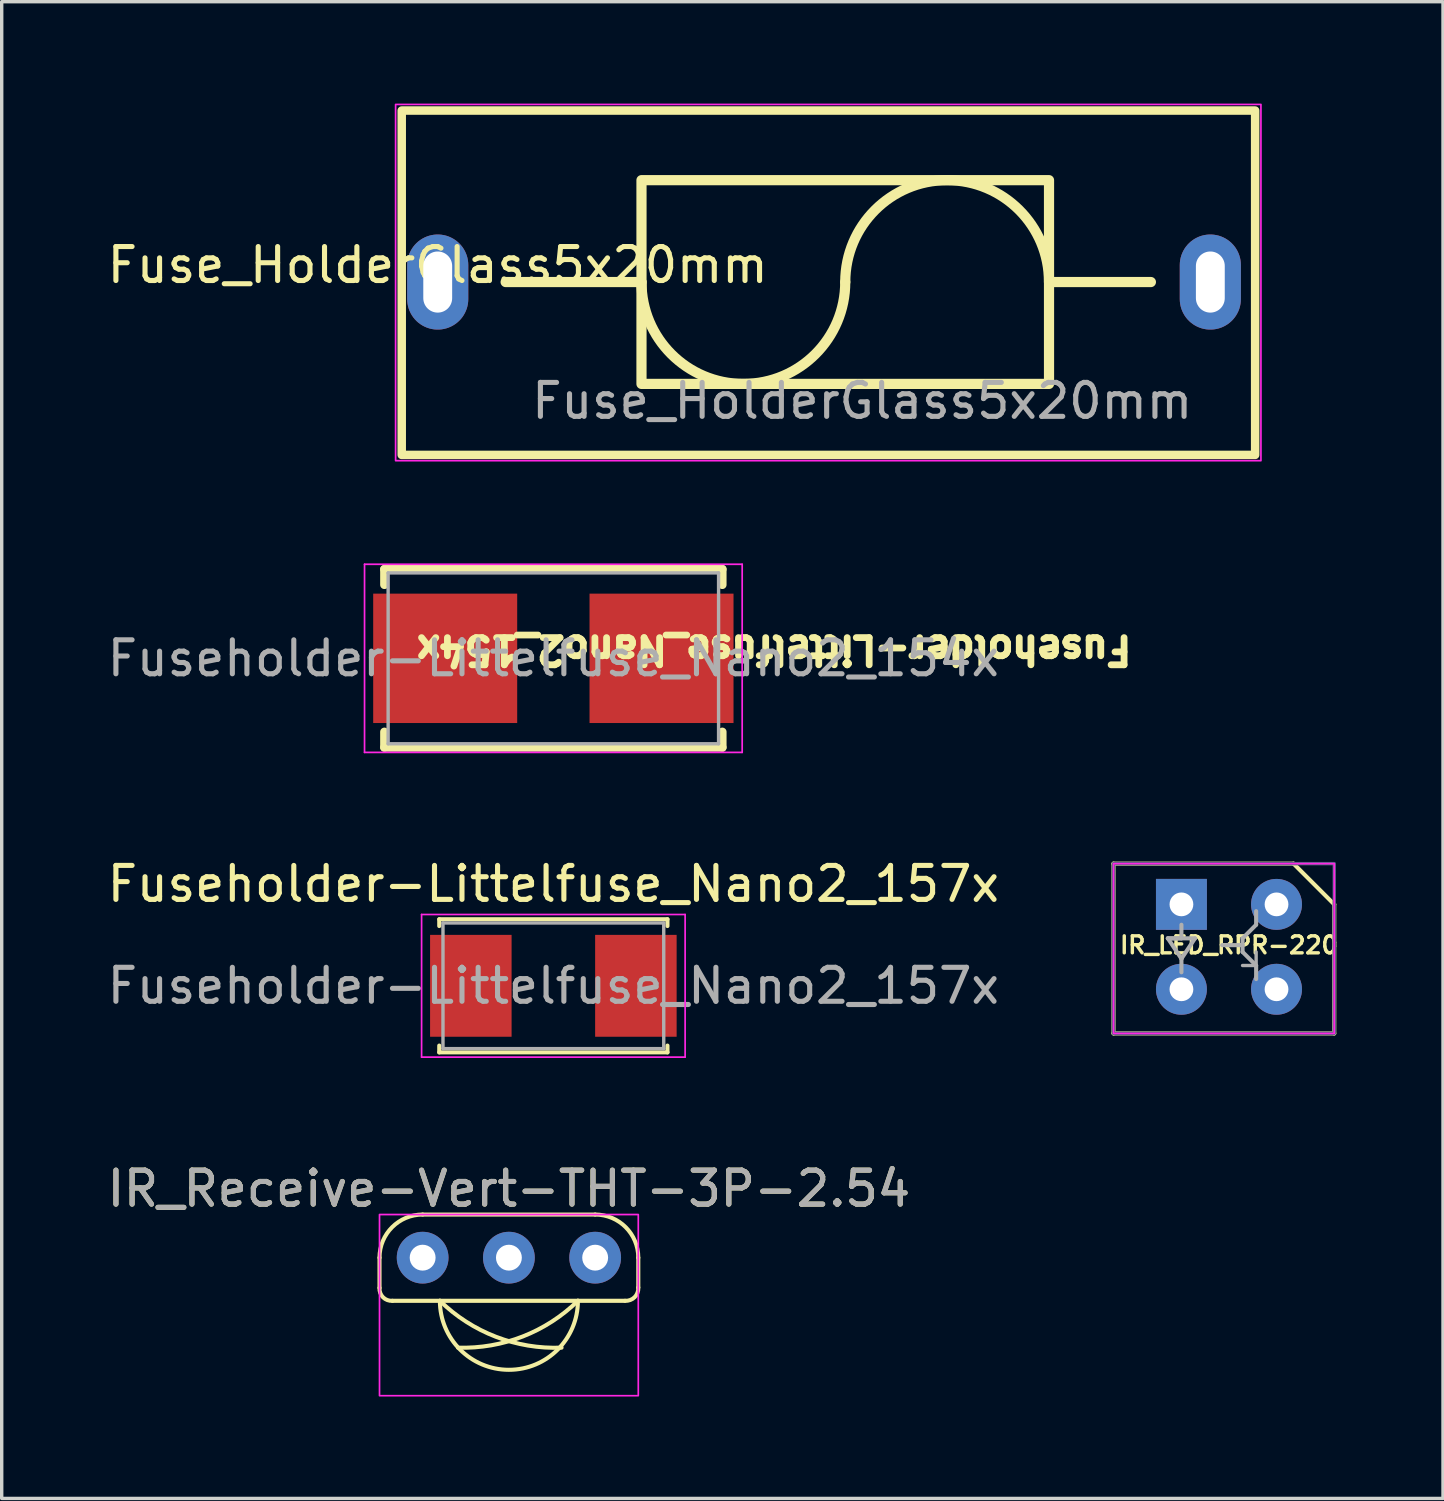
<source format=kicad_pcb>
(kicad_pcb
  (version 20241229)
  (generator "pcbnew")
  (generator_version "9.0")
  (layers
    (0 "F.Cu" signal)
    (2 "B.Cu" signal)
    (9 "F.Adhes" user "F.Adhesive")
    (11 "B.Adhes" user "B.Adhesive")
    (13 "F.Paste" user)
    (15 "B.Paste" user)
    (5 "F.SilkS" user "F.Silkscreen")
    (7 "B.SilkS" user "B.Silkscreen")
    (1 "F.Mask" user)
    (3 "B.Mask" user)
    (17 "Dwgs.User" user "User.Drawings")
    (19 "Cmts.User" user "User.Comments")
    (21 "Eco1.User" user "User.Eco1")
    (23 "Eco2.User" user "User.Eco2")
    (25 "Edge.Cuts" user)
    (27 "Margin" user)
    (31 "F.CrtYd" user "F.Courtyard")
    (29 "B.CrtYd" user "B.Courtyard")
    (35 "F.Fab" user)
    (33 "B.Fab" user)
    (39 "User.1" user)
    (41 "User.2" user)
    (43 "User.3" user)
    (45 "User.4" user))
  (footprint "Fuseholder-Littelfuse_Nano2_154x"
    (layer "F.Cu")
    (at 13.244 16.335)
    (property "Reference" "Fuseholder-Littelfuse_Nano2_154x" (at 6.5 -0.25 180) (unlocked yes) (layer "F.SilkS") (effects (font (size 0.8 0.8) (thickness 0.3))))
    (attr smd)
    (fp_line (start -4.975 -2.625) (end -4.975 -2.165) (stroke (width 0.25) (type solid)) (layer "F.SilkS"))
    (fp_line (start -4.975 -2.625) (end 4.975 -2.625) (stroke (width 0.25) (type solid)) (layer "F.SilkS"))
    (fp_line (start -4.975 2.165) (end -4.975 2.625) (stroke (width 0.25) (type solid)) (layer "F.SilkS"))
    (fp_line (start -4.975 2.625) (end 4.975 2.625) (stroke (width 0.25) (type solid)) (layer "F.SilkS"))
    (fp_line (start 4.975 -2.625) (end 4.975 -2.165) (stroke (width 0.25) (type solid)) (layer "F.SilkS"))
    (fp_line (start 4.975 2.625) (end 4.975 2.165) (stroke (width 0.25) (type solid)) (layer "F.SilkS"))
    (fp_line (start -5.56 -2.77) (end -5.56 2.77) (stroke (width 0.05) (type solid)) (layer "F.CrtYd"))
    (fp_line (start -5.56 -2.77) (end 5.56 -2.77) (stroke (width 0.05) (type solid)) (layer "F.CrtYd"))
    (fp_line (start -5.56 2.77) (end 5.56 2.77) (stroke (width 0.05) (type solid)) (layer "F.CrtYd"))
    (fp_line (start 5.56 -2.77) (end 5.56 2.77) (stroke (width 0.05) (type solid)) (layer "F.CrtYd"))
    (fp_line (start -4.865 -2.515) (end -4.865 2.515) (stroke (width 0.1) (type solid)) (layer "F.Fab"))
    (fp_line (start -4.865 -2.515) (end 4.865 -2.515) (stroke (width 0.1) (type solid)) (layer "F.Fab"))
    (fp_line (start -4.865 2.515) (end 4.865 2.515) (stroke (width 0.1) (type solid)) (layer "F.Fab"))
    (fp_line (start 4.865 2.515) (end 4.865 -2.515) (stroke (width 0.1) (type solid)) (layer "F.Fab"))
    (fp_text user "${REFERENCE}" (at 0 0 180) (layer "F.Fab") (effects (font (size 1 1) (thickness 0.15))))
    (pad "1" smd rect (at -3.185 0) (size 4.24 3.81) (layers "F.Cu" "F.Mask" "F.Paste"))
    (pad "2" smd rect (at 3.185 0) (size 4.24 3.81) (layers "F.Cu" "F.Mask" "F.Paste")))
  (footprint "IR_LED_RPR-220"
    (layer "F.Cu")
    (at 29.738 22.38)
    (property "Reference" "IR_LED_RPR-220" (at 3.4 2.4 0) (layer "F.SilkS") (effects (font (size 0.5 0.5) (thickness 0.1))))
    (attr through_hole)
    (fp_line (start 0 0) (end 0 5) (stroke (width 0.12) (type solid)) (layer "F.SilkS"))
    (fp_line (start 0 5) (end 6.5 5) (stroke (width 0.12) (type solid)) (layer "F.SilkS"))
    (fp_line (start 5.3 0) (end 0 0) (stroke (width 0.12) (type solid)) (layer "F.SilkS"))
    (fp_line (start 6.5 1.2) (end 5.3 0) (stroke (width 0.12) (type solid)) (layer "F.SilkS"))
    (fp_line (start 6.5 5) (end 6.5 1.2) (stroke (width 0.12) (type solid)) (layer "F.SilkS"))
    (fp_rect (start 0 0) (end 6.5 5) (stroke (width 0.05) (type solid)) (fill no) (layer "F.CrtYd"))
    (fp_rect (start 0 0) (end 6.5 5) (stroke (width 0.1) (type solid)) (fill no) (layer "B.Fab"))
    (fp_line (start 1.6 2.2) (end 2.4 2.2) (stroke (width 0.12) (type solid)) (layer "F.Fab"))
    (fp_line (start 2 1.8) (end 2 2.2) (stroke (width 0.12) (type solid)) (layer "F.Fab"))
    (fp_line (start 2 2.2) (end 1.6 2.2) (stroke (width 0.12) (type solid)) (layer "F.Fab"))
    (fp_line (start 2 2.8) (end 1.6 2.2) (stroke (width 0.12) (type solid)) (layer "F.Fab"))
    (fp_line (start 2 2.8) (end 2 3.2) (stroke (width 0.12) (type solid)) (layer "F.Fab"))
    (fp_line (start 2.4 2.2) (end 2 2.8) (stroke (width 0.12) (type solid)) (layer "F.Fab"))
    (fp_line (start 3.8 2.2) (end 3.8 2.6) (stroke (width 0.12) (type solid)) (layer "F.Fab"))
    (fp_line (start 3.8 2.4) (end 3.2 2.4) (stroke (width 0.12) (type solid)) (layer "F.Fab"))
    (fp_line (start 3.8 2.6) (end 4.2 3) (stroke (width 0.12) (type solid)) (layer "F.Fab"))
    (fp_line (start 4.2 1.8) (end 3.8 2.2) (stroke (width 0.12) (type solid)) (layer "F.Fab"))
    (fp_line (start 4.2 1.8) (end 4.2 1.4) (stroke (width 0.12) (type solid)) (layer "F.Fab"))
    (fp_line (start 4.2 3) (end 3.8 3) (stroke (width 0.1) (type solid)) (layer "F.Fab"))
    (fp_line (start 4.2 3) (end 4.2 2.6) (stroke (width 0.1) (type solid)) (layer "F.Fab"))
    (fp_line (start 4.2 3) (end 4.2 3.4) (stroke (width 0.12) (type solid)) (layer "F.Fab"))
    (pad "1" thru_hole rect (at 2 1.2) (size 1.5 1.5) (drill 0.7) (layers "*.Cu" "*.Mask"))
    (pad "2" thru_hole circle (at 2 3.7) (size 1.5 1.5) (drill 0.7) (layers "*.Cu" "*.Mask"))
    (pad "3" thru_hole circle (at 4.8 3.7) (size 1.5 1.5) (drill 0.7) (layers "*.Cu" "*.Mask"))
    (pad "4" thru_hole circle (at 4.8 1.2) (size 1.5 1.5) (drill 0.7) (layers "*.Cu" "*.Mask")))
  (footprint "Fuse_HolderGlass5x20mm"
    (layer "F.Cu")
    (at 9.839 5.255)
    (property "Reference" "Fuse_HolderGlass5x20mm" (at 0 -0.5 0) (unlocked yes) (layer "F.SilkS") (effects (font (size 1 1) (thickness 0.15))))
    (attr through_hole)
    (fp_line (start 6 0) (end 2 0) (stroke (width 0.3) (type solid)) (layer "F.SilkS"))
    (fp_line (start 18 0) (end 21 0) (stroke (width 0.3) (type solid)) (layer "F.SilkS"))
    (fp_rect (start -1.06 -5.05) (end 24.07 5.09) (stroke (width 0.25) (type solid)) (fill no) (layer "F.SilkS"))
    (fp_rect (start 6 -3) (end 18 3) (stroke (width 0.3) (type solid)) (fill no) (layer "F.SilkS"))
    (fp_arc (start 12 0) (mid 9 3) (end 6 0) (stroke (width 0.3) (type solid)) (layer "F.SilkS"))
    (fp_arc (start 12 0) (mid 15 -3) (end 18 0) (stroke (width 0.3) (type solid)) (layer "F.SilkS"))
    (fp_rect (start -1.24 -5.23) (end 24.24 5.26) (stroke (width 0.05) (type solid)) (fill no) (layer "F.CrtYd"))
    (fp_text user "${REFERENCE}" (at 12.5 3.5 0) (unlocked yes) (layer "F.Fab") (effects (font (size 1 1) (thickness 0.15))))
    (pad "1" thru_hole oval (at 0 0) (size 1.8 2.8) (drill oval 0.85 1.8) (layers "*.Cu" "*.Mask"))
    (pad "2" thru_hole oval (at 22.75 0) (size 1.8 2.8) (drill oval 0.85 1.8) (layers "*.Cu" "*.Mask")))
  (footprint "Fuseholder-Littelfuse_Nano2_157x"
    (layer "F.Cu")
    (at 13.244 25.978)
    (property "Reference" "Fuseholder-Littelfuse_Nano2_157x" (at 0 -3 0) (layer "F.SilkS") (effects (font (size 1 1) (thickness 0.15))))
    (attr smd)
    (fp_line (start -3.36 -1.96) (end -3.36 -1.76) (stroke (width 0.12) (type solid)) (layer "F.SilkS"))
    (fp_line (start -3.36 -1.96) (end 3.36 -1.96) (stroke (width 0.12) (type solid)) (layer "F.SilkS"))
    (fp_line (start -3.36 1.76) (end -3.36 1.96) (stroke (width 0.12) (type solid)) (layer "F.SilkS"))
    (fp_line (start -3.36 1.96) (end 3.36 1.96) (stroke (width 0.12) (type solid)) (layer "F.SilkS"))
    (fp_line (start 3.36 -1.96) (end 3.36 -1.76) (stroke (width 0.12) (type solid)) (layer "F.SilkS"))
    (fp_line (start 3.36 1.76) (end 3.36 1.96) (stroke (width 0.12) (type solid)) (layer "F.SilkS"))
    (fp_line (start -3.88 -2.1) (end -3.88 2.1) (stroke (width 0.05) (type solid)) (layer "F.CrtYd"))
    (fp_line (start -3.88 -2.1) (end 3.88 -2.1) (stroke (width 0.05) (type solid)) (layer "F.CrtYd"))
    (fp_line (start -3.88 2.1) (end 3.88 2.1) (stroke (width 0.05) (type solid)) (layer "F.CrtYd"))
    (fp_line (start 3.88 -2.1) (end 3.88 2.1) (stroke (width 0.05) (type solid)) (layer "F.CrtYd"))
    (fp_line (start -3.25 -1.85) (end -3.25 1.85) (stroke (width 0.1) (type solid)) (layer "F.Fab"))
    (fp_line (start -3.25 -1.85) (end 3.25 -1.85) (stroke (width 0.1) (type solid)) (layer "F.Fab"))
    (fp_line (start -3.25 1.85) (end 3.25 1.85) (stroke (width 0.1) (type solid)) (layer "F.Fab"))
    (fp_line (start 3.25 -1.85) (end 3.25 1.85) (stroke (width 0.1) (type solid)) (layer "F.Fab"))
    (fp_text user "${REFERENCE}" (at 0 0 0) (layer "F.Fab") (effects (font (size 1 1) (thickness 0.15))))
    (pad "1" smd rect (at -2.43 0) (size 2.4 3) (layers "F.Cu" "F.Mask" "F.Paste"))
    (pad "2" smd rect (at 2.43 0) (size 2.4 3) (layers "F.Cu" "F.Mask" "F.Paste")))
  (footprint "IR_Receive-Vert-THT-3P-2.54"
    (layer "F.Cu")
    (at 11.935 33.983)
    (property "Reference" "IR_Receive-Vert-THT-3P-2.54" (at 0 -2.032 0) (unlocked yes) (layer "F.SilkS") (effects (font (size 1 1) (thickness 0.15))))
    (attr through_hole)
    (fp_line (start -3.81 0.89) (end -3.81 0) (stroke (width 0.12) (type solid)) (layer "F.SilkS"))
    (fp_line (start -2.54 -1.27) (end 2.54 -1.27) (stroke (width 0.12) (type solid)) (layer "F.SilkS"))
    (fp_line (start -2.032 1.27) (end -3.43 1.27) (stroke (width 0.12) (type solid)) (layer "F.SilkS"))
    (fp_line (start -2.032 1.27) (end 2.032 1.27) (stroke (width 0.12) (type solid)) (layer "F.SilkS"))
    (fp_line (start 2.032 1.27) (end 3.42 1.27) (stroke (width 0.12) (type solid)) (layer "F.SilkS"))
    (fp_line (start 3.81 0) (end 3.81 0.88) (stroke (width 0.12) (type solid)) (layer "F.SilkS"))
    (fp_arc (start -3.81 0) (mid -3.438026 -0.898026) (end -2.54 -1.27) (stroke (width 0.12) (type solid)) (layer "F.SilkS"))
    (fp_arc (start -3.43 1.27) (mid -3.706516 1.166516) (end -3.81 0.89) (stroke (width 0.12) (type solid)) (layer "F.SilkS"))
    (fp_arc (start 1.55 2.65) (mid -0.383257 2.329249) (end -2.032 1.27) (stroke (width 0.12) (type solid)) (layer "F.SilkS"))
    (fp_arc (start 2.032 1.27) (mid 0 3.302) (end -2.032 1.27) (stroke (width 0.12) (type solid)) (layer "F.SilkS"))
    (fp_arc (start 2.032 1.27) (mid 0.407079 2.32108) (end -1.5 2.65) (stroke (width 0.12) (type solid)) (layer "F.SilkS"))
    (fp_arc (start 2.54 -1.27) (mid 3.438026 -0.898026) (end 3.81 0) (stroke (width 0.12) (type solid)) (layer "F.SilkS"))
    (fp_arc (start 3.81 0.88) (mid 3.702866 1.162866) (end 3.42 1.27) (stroke (width 0.12) (type solid)) (layer "F.SilkS"))
    (fp_rect (start -3.81 -1.27) (end 3.81 4.064) (stroke (width 0.05) (type solid)) (fill no) (layer "F.CrtYd"))
    (fp_text user "${REFERENCE}" (at 0 -2.032 0) (unlocked yes) (layer "F.Fab") (effects (font (size 1 1) (thickness 0.15))))
    (pad "1" thru_hole circle (at -2.54 0) (size 1.524 1.524) (drill 0.762) (layers "*.Cu" "*.Mask"))
    (pad "2" thru_hole circle (at 0 0) (size 1.524 1.524) (drill 0.762) (layers "*.Cu" "*.Mask"))
    (pad "3" thru_hole circle (at 2.54 0) (size 1.524 1.524) (drill 0.762) (layers "*.Cu" "*.Mask")))
  (gr_rect
    (start -3 -3)
    (end 39.44 41.072)
    (stroke (width 0.1) (type default))
    (fill no)
    (layer "Edge.Cuts")))
</source>
